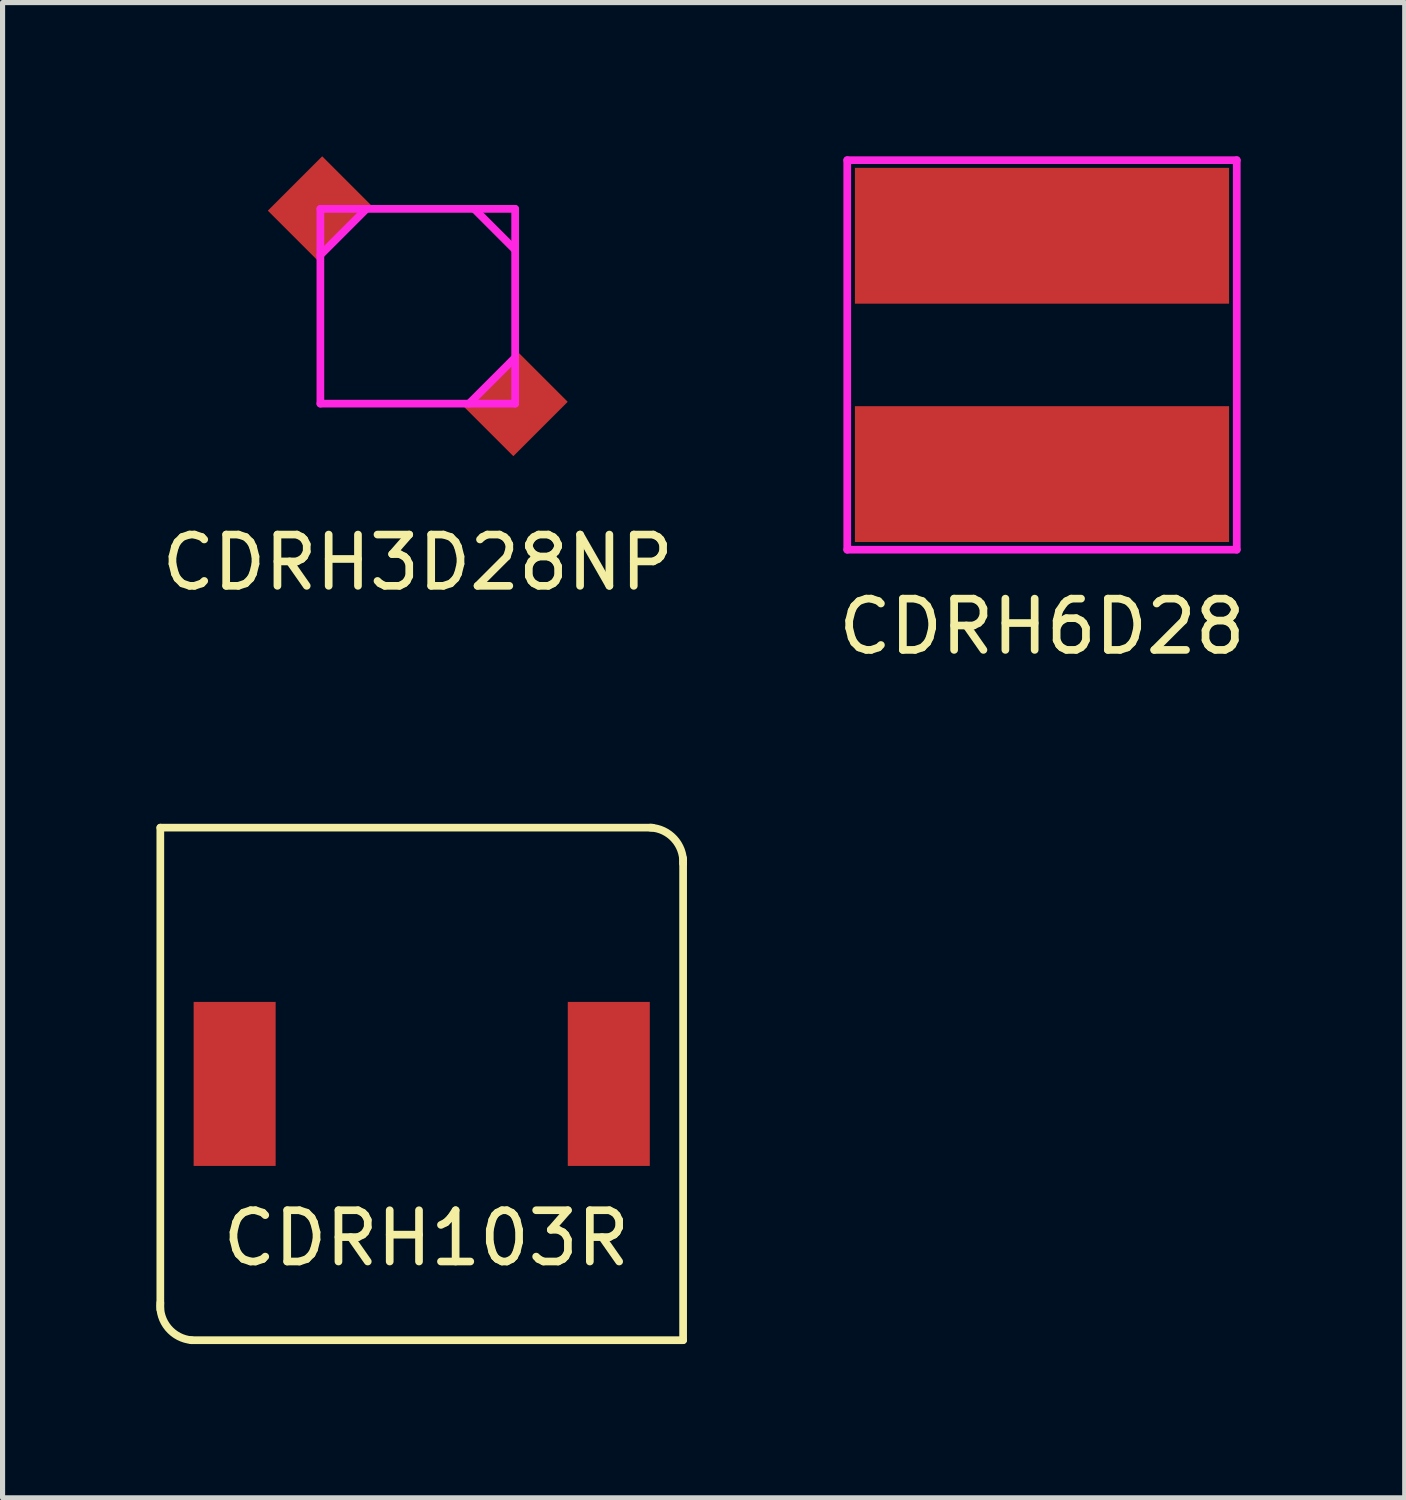
<source format=kicad_pcb>
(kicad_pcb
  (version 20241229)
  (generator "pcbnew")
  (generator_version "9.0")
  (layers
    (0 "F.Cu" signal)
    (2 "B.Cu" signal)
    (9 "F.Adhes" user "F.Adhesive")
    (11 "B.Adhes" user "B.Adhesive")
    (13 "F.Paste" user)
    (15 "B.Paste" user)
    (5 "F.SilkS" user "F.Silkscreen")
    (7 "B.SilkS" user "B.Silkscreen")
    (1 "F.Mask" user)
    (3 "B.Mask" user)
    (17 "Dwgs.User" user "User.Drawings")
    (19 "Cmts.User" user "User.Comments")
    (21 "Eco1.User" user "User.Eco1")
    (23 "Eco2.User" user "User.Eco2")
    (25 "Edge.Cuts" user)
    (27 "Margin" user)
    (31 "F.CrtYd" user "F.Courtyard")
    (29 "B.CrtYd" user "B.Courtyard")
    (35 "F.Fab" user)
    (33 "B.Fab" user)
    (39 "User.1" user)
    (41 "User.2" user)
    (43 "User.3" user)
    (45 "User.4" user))
  (footprint "CDRH103R"
    (layer "F.Cu")
    (at 5.178 18.098)
    (property "Reference" "CDRH103R" (at 0.09 3.01 0) (layer "F.SilkS") (effects (font (size 1 1) (thickness 0.15))))
    (attr through_hole)
    (fp_line (start -5.1 -5) (end 4.5 -5) (stroke (width 0.15) (type solid)) (layer "F.SilkS"))
    (fp_line (start -5.1 4.4) (end -5.1 -5) (stroke (width 0.15) (type solid)) (layer "F.SilkS"))
    (fp_line (start 5.1 -4.4) (end 5.1 5) (stroke (width 0.15) (type solid)) (layer "F.SilkS"))
    (fp_line (start 5.1 5) (end -4.5 5) (stroke (width 0.15) (type solid)) (layer "F.SilkS"))
    (fp_arc (start -4.487661 5.000205) (mid -4.945434 4.762235) (end -5.1 4.27) (stroke (width 0.15) (type solid)) (layer "F.SilkS"))
    (fp_arc (start 4.459999 -5) (mid 4.924974 -4.782549) (end 5.1 -4.300001) (stroke (width 0.15) (type solid)) (layer "F.SilkS"))
    (pad "1" smd rect (at -3.65 0) (size 1.6 3.2) (layers "F.Cu" "F.Mask" "F.Paste"))
    (pad "2" smd rect (at 3.65 0) (size 1.6 3.2) (layers "F.Cu" "F.Mask" "F.Paste")))
  (footprint "CDRH6D28"
    (layer "F.Cu")
    (at 17.28 3.875)
    (property "Reference" "CDRH6D28" (at 0 5.3 0) (layer "F.SilkS") (effects (font (size 1 1) (thickness 0.15))))
    (attr through_hole)
    (fp_line (start -3.8 -3.8) (end -3.8 3.8) (stroke (width 0.15) (type solid)) (layer "F.CrtYd"))
    (fp_line (start -3.8 3.8) (end 3.8 3.8) (stroke (width 0.15) (type solid)) (layer "F.CrtYd"))
    (fp_line (start 3.8 -3.8) (end -3.8 -3.8) (stroke (width 0.15) (type solid)) (layer "F.CrtYd"))
    (fp_line (start 3.8 3.8) (end 3.8 -3.8) (stroke (width 0.15) (type solid)) (layer "F.CrtYd"))
    (pad "1" smd rect (at 0 2.325) (size 7.3 2.65) (layers "F.Cu" "F.Mask" "F.Paste"))
    (pad "2" smd rect (at 0 -2.325) (size 7.3 2.65) (layers "F.Cu" "F.Mask" "F.Paste")))
  (footprint "CDRH3D28NP"
    (layer "F.Cu")
    (at 5.101 2.925)
    (property "Reference" "CDRH3D28NP" (at 0 5 0) (layer "F.SilkS") (effects (font (size 1 1) (thickness 0.15))))
    (attr through_hole)
    (fp_line (start -1.9 -1.9) (end 1.9 -1.9) (stroke (width 0.15) (type solid)) (layer "F.CrtYd"))
    (fp_line (start -1.9 -1) (end -1 -1.9) (stroke (width 0.15) (type solid)) (layer "F.CrtYd"))
    (fp_line (start -1.9 1.9) (end -1.9 -1.9) (stroke (width 0.15) (type solid)) (layer "F.CrtYd"))
    (fp_line (start 1.9 -1.9) (end 1.9 1.9) (stroke (width 0.15) (type solid)) (layer "F.CrtYd"))
    (fp_line (start 1.9 -1.1) (end 1.1 -1.9) (stroke (width 0.15) (type solid)) (layer "F.CrtYd"))
    (fp_line (start 1.9 1) (end 1 1.9) (stroke (width 0.15) (type solid)) (layer "F.CrtYd"))
    (fp_line (start 1.9 1.9) (end -1.9 1.9) (stroke (width 0.15) (type solid)) (layer "F.CrtYd"))
    (pad "1" smd rect (at -1.9 -1.9 45) (size 1.5 1.4) (layers "F.Cu" "F.Mask" "F.Paste"))
    (pad "2" smd rect (at 1.9 1.9 45) (size 1.5 1.4) (layers "F.Cu" "F.Mask" "F.Paste")))
  (gr_rect
    (start -3 -3)
    (end 24.357 26.173)
    (stroke (width 0.1) (type default))
    (fill no)
    (layer "Edge.Cuts")))
</source>
